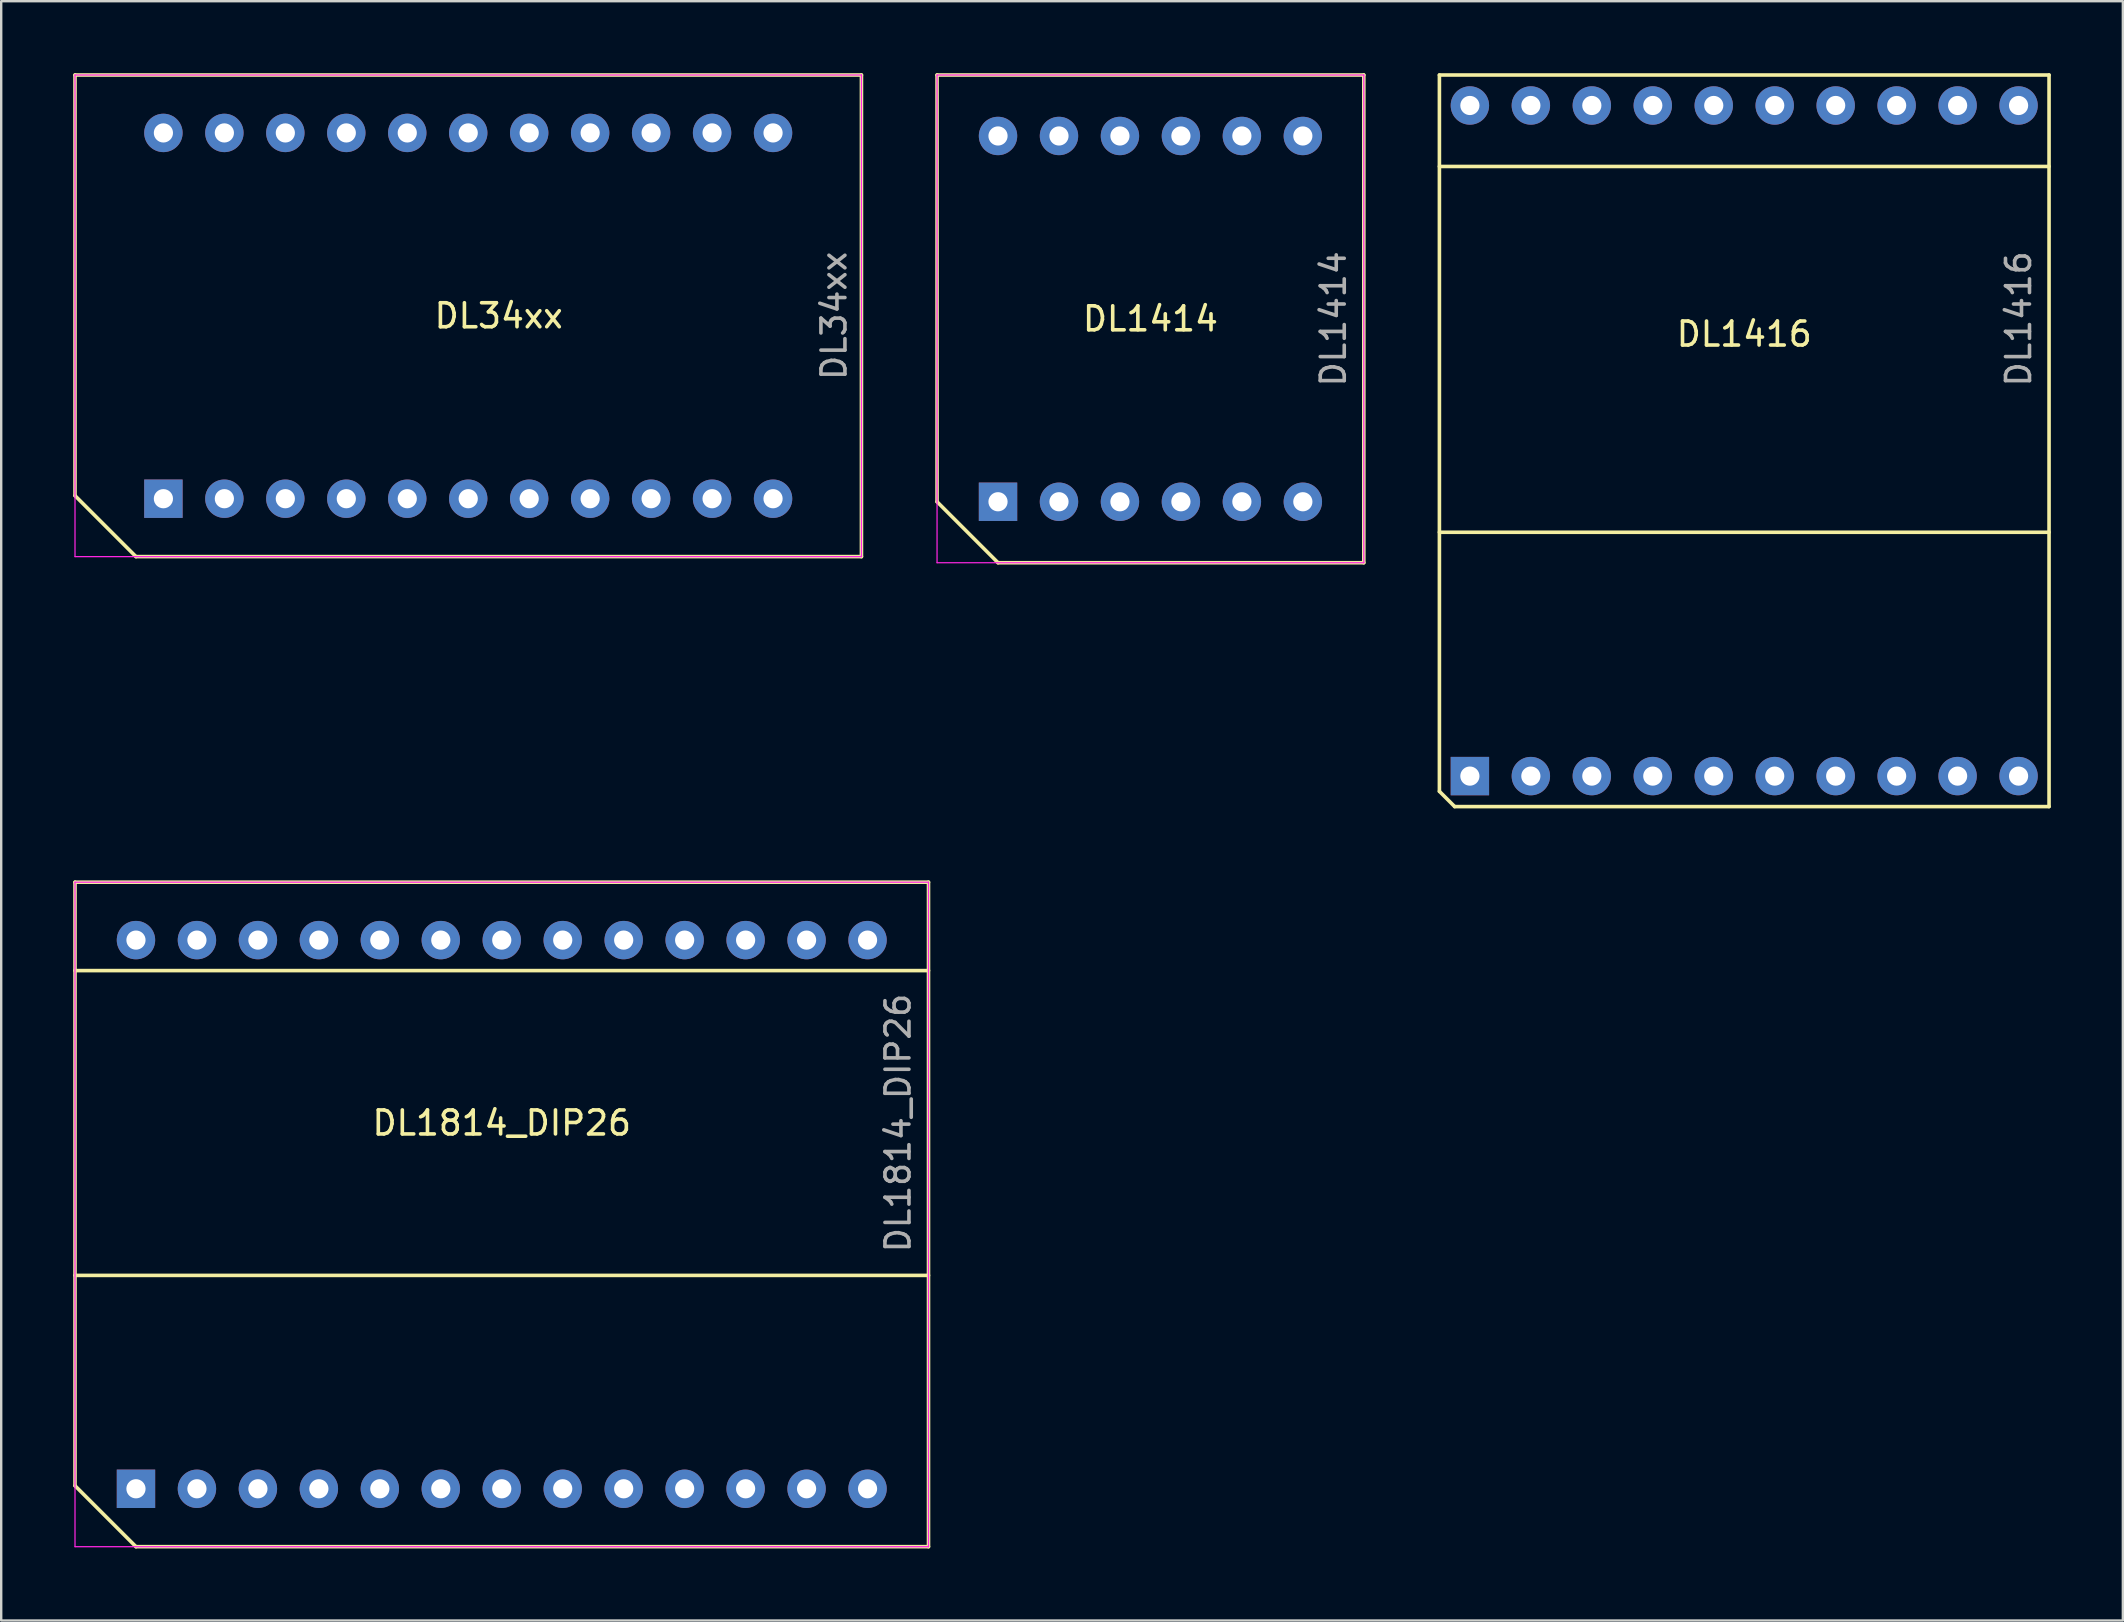
<source format=kicad_pcb>
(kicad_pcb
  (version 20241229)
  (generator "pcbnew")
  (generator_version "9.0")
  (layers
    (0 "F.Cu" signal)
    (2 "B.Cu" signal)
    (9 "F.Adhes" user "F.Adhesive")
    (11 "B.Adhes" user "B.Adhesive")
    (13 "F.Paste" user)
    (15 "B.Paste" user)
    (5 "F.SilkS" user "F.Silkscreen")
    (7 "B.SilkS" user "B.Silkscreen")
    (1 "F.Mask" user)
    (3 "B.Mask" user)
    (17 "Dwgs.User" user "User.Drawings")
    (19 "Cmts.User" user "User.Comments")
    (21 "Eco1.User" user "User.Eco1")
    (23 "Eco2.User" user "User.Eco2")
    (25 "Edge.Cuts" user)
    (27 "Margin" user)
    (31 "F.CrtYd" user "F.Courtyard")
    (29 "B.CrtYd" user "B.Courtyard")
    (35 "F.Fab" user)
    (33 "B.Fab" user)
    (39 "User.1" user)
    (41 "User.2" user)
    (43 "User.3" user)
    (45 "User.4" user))
  (footprint "DL1414"
    (layer "F.Cu")
    (at 38.531 17.855)
    (property "Reference" "DL1414" (at 6.35 -7.62 180) (layer "F.SilkS") (effects (font (size 1 1) (thickness 0.15))))
    (attr through_hole)
    (fp_line (start -2.54 -17.78) (end -2.54 0) (stroke (width 0.15) (type solid)) (layer "F.SilkS"))
    (fp_line (start -2.54 0) (end 0 2.54) (stroke (width 0.15) (type solid)) (layer "F.SilkS"))
    (fp_line (start 0 2.54) (end 15.24 2.54) (stroke (width 0.15) (type solid)) (layer "F.SilkS"))
    (fp_line (start 15.24 -17.78) (end -2.54 -17.78) (stroke (width 0.15) (type solid)) (layer "F.SilkS"))
    (fp_line (start 15.24 2.54) (end 15.24 -17.78) (stroke (width 0.15) (type solid)) (layer "F.SilkS"))
    (fp_line (start -2.54 -17.78) (end 15.24 -17.78) (stroke (width 0.051) (type solid)) (layer "F.CrtYd"))
    (fp_line (start -2.54 2.54) (end -2.54 -17.78) (stroke (width 0.051) (type solid)) (layer "F.CrtYd"))
    (fp_line (start -2.54 2.54) (end 15.24 2.54) (stroke (width 0.051) (type solid)) (layer "F.CrtYd"))
    (fp_line (start 15.24 2.54) (end 15.24 -17.78) (stroke (width 0.051) (type solid)) (layer "F.CrtYd"))
    (fp_text user "${REFERENCE}" (at 13.97 -7.62 90) (layer "F.Fab") (effects (font (size 1 1) (thickness 0.15))))
    (pad "1" thru_hole rect (at 0 0 90) (size 1.6 1.6) (drill 0.8) (layers "*.Cu" "*.Mask"))
    (pad "2" thru_hole oval (at 2.54 0 90) (size 1.6 1.6) (drill 0.8) (layers "*.Cu" "*.Mask"))
    (pad "3" thru_hole oval (at 5.08 0 90) (size 1.6 1.6) (drill 0.8) (layers "*.Cu" "*.Mask"))
    (pad "4" thru_hole oval (at 7.62 0 90) (size 1.6 1.6) (drill 0.8) (layers "*.Cu" "*.Mask"))
    (pad "5" thru_hole oval (at 10.16 0 90) (size 1.6 1.6) (drill 0.8) (layers "*.Cu" "*.Mask"))
    (pad "6" thru_hole oval (at 12.7 0 90) (size 1.6 1.6) (drill 0.8) (layers "*.Cu" "*.Mask"))
    (pad "7" thru_hole oval (at 12.7 -15.24 90) (size 1.6 1.6) (drill 0.8) (layers "*.Cu" "*.Mask"))
    (pad "8" thru_hole oval (at 10.16 -15.24 90) (size 1.6 1.6) (drill 0.8) (layers "*.Cu" "*.Mask"))
    (pad "9" thru_hole oval (at 7.62 -15.24 90) (size 1.6 1.6) (drill 0.8) (layers "*.Cu" "*.Mask"))
    (pad "10" thru_hole oval (at 5.08 -15.24 90) (size 1.6 1.6) (drill 0.8) (layers "*.Cu" "*.Mask"))
    (pad "11" thru_hole oval (at 2.54 -15.24 90) (size 1.6 1.6) (drill 0.8) (layers "*.Cu" "*.Mask"))
    (pad "12" thru_hole oval (at 0 -15.24 90) (size 1.6 1.6) (drill 0.8) (layers "*.Cu" "*.Mask")))
  (footprint "DL34xx"
    (layer "F.Cu")
    (at 3.758 17.728)
    (property "Reference" "DL34xx" (at 13.97 -7.62 180) (layer "F.SilkS") (effects (font (size 1 1) (thickness 0.15))))
    (attr through_hole)
    (fp_line (start -3.683 -17.653) (end -3.683 -0.127) (stroke (width 0.15) (type solid)) (layer "F.SilkS"))
    (fp_line (start -3.683 -17.653) (end 29.083 -17.653) (stroke (width 0.15) (type solid)) (layer "F.SilkS"))
    (fp_line (start -3.683 -0.127) (end -1.143 2.413) (stroke (width 0.15) (type solid)) (layer "F.SilkS"))
    (fp_line (start -1.143 2.413) (end 29.083 2.413) (stroke (width 0.15) (type solid)) (layer "F.SilkS"))
    (fp_line (start 29.083 -17.653) (end 29.083 2.413) (stroke (width 0.15) (type solid)) (layer "F.SilkS"))
    (fp_line (start -3.683 -17.653) (end -3.683 2.413) (stroke (width 0.051) (type solid)) (layer "F.CrtYd"))
    (fp_line (start -3.683 -17.653) (end 29.083 -17.653) (stroke (width 0.051) (type solid)) (layer "F.CrtYd"))
    (fp_line (start -3.683 2.413) (end 29.083 2.413) (stroke (width 0.051) (type solid)) (layer "F.CrtYd"))
    (fp_line (start 29.083 -17.653) (end 29.083 2.413) (stroke (width 0.051) (type solid)) (layer "F.CrtYd"))
    (fp_text user "${REFERENCE}" (at 27.94 -7.62 90) (layer "F.Fab") (effects (font (size 1 1) (thickness 0.15))))
    (pad "1" thru_hole rect (at 0 0 90) (size 1.6 1.6) (drill 0.8) (layers "*.Cu" "*.Mask"))
    (pad "2" thru_hole oval (at 2.54 0 90) (size 1.6 1.6) (drill 0.8) (layers "*.Cu" "*.Mask"))
    (pad "3" thru_hole oval (at 5.08 0 90) (size 1.6 1.6) (drill 0.8) (layers "*.Cu" "*.Mask"))
    (pad "4" thru_hole oval (at 7.62 0 90) (size 1.6 1.6) (drill 0.8) (layers "*.Cu" "*.Mask"))
    (pad "5" thru_hole oval (at 10.16 0 90) (size 1.6 1.6) (drill 0.8) (layers "*.Cu" "*.Mask"))
    (pad "6" thru_hole oval (at 12.7 0 90) (size 1.6 1.6) (drill 0.8) (layers "*.Cu" "*.Mask"))
    (pad "7" thru_hole oval (at 15.24 0 90) (size 1.6 1.6) (drill 0.8) (layers "*.Cu" "*.Mask"))
    (pad "8" thru_hole oval (at 17.78 0 90) (size 1.6 1.6) (drill 0.8) (layers "*.Cu" "*.Mask"))
    (pad "9" thru_hole oval (at 20.32 0 90) (size 1.6 1.6) (drill 0.8) (layers "*.Cu" "*.Mask"))
    (pad "10" thru_hole oval (at 22.86 0 90) (size 1.6 1.6) (drill 0.8) (layers "*.Cu" "*.Mask"))
    (pad "11" thru_hole oval (at 25.4 0 90) (size 1.6 1.6) (drill 0.8) (layers "*.Cu" "*.Mask"))
    (pad "12" thru_hole oval (at 25.4 -15.24 90) (size 1.6 1.6) (drill 0.8) (layers "*.Cu" "*.Mask"))
    (pad "13" thru_hole oval (at 22.86 -15.24 90) (size 1.6 1.6) (drill 0.8) (layers "*.Cu" "*.Mask"))
    (pad "14" thru_hole oval (at 20.32 -15.24 90) (size 1.6 1.6) (drill 0.8) (layers "*.Cu" "*.Mask"))
    (pad "15" thru_hole oval (at 17.78 -15.24 90) (size 1.6 1.6) (drill 0.8) (layers "*.Cu" "*.Mask"))
    (pad "16" thru_hole oval (at 15.24 -15.24 90) (size 1.6 1.6) (drill 0.8) (layers "*.Cu" "*.Mask"))
    (pad "17" thru_hole oval (at 12.7 -15.24 90) (size 1.6 1.6) (drill 0.8) (layers "*.Cu" "*.Mask"))
    (pad "18" thru_hole oval (at 10.16 -15.24 90) (size 1.6 1.6) (drill 0.8) (layers "*.Cu" "*.Mask"))
    (pad "19" thru_hole oval (at 7.62 -15.24 90) (size 1.6 1.6) (drill 0.8) (layers "*.Cu" "*.Mask"))
    (pad "20" thru_hole oval (at 5.08 -15.24 90) (size 1.6 1.6) (drill 0.8) (layers "*.Cu" "*.Mask"))
    (pad "21" thru_hole oval (at 2.54 -15.24 90) (size 1.6 1.6) (drill 0.8) (layers "*.Cu" "*.Mask"))
    (pad "22" thru_hole oval (at 0 -15.24 90) (size 1.6 1.6) (drill 0.8) (layers "*.Cu" "*.Mask")))
  (footprint "DL1814_DIP26"
    (layer "F.Cu")
    (at 2.615 58.978)
    (property "Reference" "DL1814_DIP26" (at 15.24 -15.24 180) (layer "F.SilkS") (effects (font (size 1 1) (thickness 0.15))))
    (attr through_hole)
    (fp_line (start -2.54 -25.273) (end -2.54 -0.127) (stroke (width 0.15) (type solid)) (layer "F.SilkS"))
    (fp_line (start -2.54 -25.273) (end 33.02 -25.273) (stroke (width 0.15) (type solid)) (layer "F.SilkS"))
    (fp_line (start -2.54 -21.59) (end 33.02 -21.59) (stroke (width 0.15) (type solid)) (layer "F.SilkS"))
    (fp_line (start -2.54 -8.89) (end 33.02 -8.89) (stroke (width 0.15) (type solid)) (layer "F.SilkS"))
    (fp_line (start 0 2.413) (end -2.54 -0.127) (stroke (width 0.15) (type solid)) (layer "F.SilkS"))
    (fp_line (start 0 2.413) (end 33.02 2.413) (stroke (width 0.15) (type solid)) (layer "F.SilkS"))
    (fp_line (start 33.02 -25.273) (end 33.02 2.413) (stroke (width 0.15) (type solid)) (layer "F.SilkS"))
    (fp_line (start -2.54 -25.273) (end -2.54 2.413) (stroke (width 0.051) (type solid)) (layer "F.CrtYd"))
    (fp_line (start -2.54 -25.273) (end 33.02 -25.273) (stroke (width 0.051) (type solid)) (layer "F.CrtYd"))
    (fp_line (start -2.54 2.413) (end 33.02 2.413) (stroke (width 0.051) (type solid)) (layer "F.CrtYd"))
    (fp_line (start 33.02 -25.273) (end 33.02 2.413) (stroke (width 0.051) (type solid)) (layer "F.CrtYd"))
    (fp_text user "${REFERENCE}" (at 31.75 -15.24 90) (layer "F.Fab") (effects (font (size 1 1) (thickness 0.15))))
    (pad "1" thru_hole rect (at 0 0 90) (size 1.6 1.6) (drill 0.8) (layers "*.Cu" "*.Mask"))
    (pad "2" thru_hole oval (at 2.54 0 90) (size 1.6 1.6) (drill 0.8) (layers "*.Cu" "*.Mask"))
    (pad "3" thru_hole oval (at 5.08 0 90) (size 1.6 1.6) (drill 0.8) (layers "*.Cu" "*.Mask"))
    (pad "4" thru_hole oval (at 7.62 0 90) (size 1.6 1.6) (drill 0.8) (layers "*.Cu" "*.Mask"))
    (pad "5" thru_hole oval (at 10.16 0 90) (size 1.6 1.6) (drill 0.8) (layers "*.Cu" "*.Mask"))
    (pad "6" thru_hole oval (at 12.7 0 90) (size 1.6 1.6) (drill 0.8) (layers "*.Cu" "*.Mask"))
    (pad "7" thru_hole oval (at 15.24 0 90) (size 1.6 1.6) (drill 0.8) (layers "*.Cu" "*.Mask"))
    (pad "8" thru_hole oval (at 17.78 0 90) (size 1.6 1.6) (drill 0.8) (layers "*.Cu" "*.Mask"))
    (pad "9" thru_hole oval (at 20.32 0 90) (size 1.6 1.6) (drill 0.8) (layers "*.Cu" "*.Mask"))
    (pad "10" thru_hole oval (at 22.86 0 90) (size 1.6 1.6) (drill 0.8) (layers "*.Cu" "*.Mask"))
    (pad "11" thru_hole oval (at 25.4 0 90) (size 1.6 1.6) (drill 0.8) (layers "*.Cu" "*.Mask"))
    (pad "12" thru_hole oval (at 27.94 0 90) (size 1.6 1.6) (drill 0.8) (layers "*.Cu" "*.Mask"))
    (pad "13" thru_hole oval (at 30.48 0 90) (size 1.6 1.6) (drill 0.8) (layers "*.Cu" "*.Mask"))
    (pad "14" thru_hole oval (at 30.48 -22.86 90) (size 1.6 1.6) (drill 0.8) (layers "*.Cu" "*.Mask"))
    (pad "15" thru_hole oval (at 27.94 -22.86 90) (size 1.6 1.6) (drill 0.8) (layers "*.Cu" "*.Mask"))
    (pad "16" thru_hole oval (at 25.4 -22.86 90) (size 1.6 1.6) (drill 0.8) (layers "*.Cu" "*.Mask"))
    (pad "17" thru_hole oval (at 22.86 -22.86 90) (size 1.6 1.6) (drill 0.8) (layers "*.Cu" "*.Mask"))
    (pad "18" thru_hole oval (at 20.32 -22.86 90) (size 1.6 1.6) (drill 0.8) (layers "*.Cu" "*.Mask"))
    (pad "19" thru_hole oval (at 17.78 -22.86 90) (size 1.6 1.6) (drill 0.8) (layers "*.Cu" "*.Mask"))
    (pad "20" thru_hole oval (at 15.24 -22.86 90) (size 1.6 1.6) (drill 0.8) (layers "*.Cu" "*.Mask"))
    (pad "21" thru_hole oval (at 12.7 -22.86 90) (size 1.6 1.6) (drill 0.8) (layers "*.Cu" "*.Mask"))
    (pad "22" thru_hole oval (at 10.16 -22.86 90) (size 1.6 1.6) (drill 0.8) (layers "*.Cu" "*.Mask"))
    (pad "23" thru_hole oval (at 7.62 -22.86 90) (size 1.6 1.6) (drill 0.8) (layers "*.Cu" "*.Mask"))
    (pad "24" thru_hole oval (at 5.08 -22.86 90) (size 1.6 1.6) (drill 0.8) (layers "*.Cu" "*.Mask"))
    (pad "25" thru_hole oval (at 2.54 -22.86 90) (size 1.6 1.6) (drill 0.8) (layers "*.Cu" "*.Mask"))
    (pad "26" thru_hole oval (at 0 -22.86 90) (size 1.6 1.6) (drill 0.8) (layers "*.Cu" "*.Mask")))
  (footprint "DL1416"
    (layer "F.Cu")
    (at 58.191 29.285)
    (property "Reference" "DL1416" (at 11.43 -18.415 180) (layer "F.SilkS") (effects (font (size 1 1) (thickness 0.15))))
    (attr through_hole)
    (fp_line (start -1.27 -29.21) (end -1.27 0.635) (stroke (width 0.15) (type solid)) (layer "F.SilkS"))
    (fp_line (start -1.27 -25.4) (end 24.13 -25.4) (stroke (width 0.15) (type solid)) (layer "F.SilkS"))
    (fp_line (start -1.27 0.635) (end -0.635 1.27) (stroke (width 0.15) (type solid)) (layer "F.SilkS"))
    (fp_line (start -0.635 1.27) (end 24.13 1.27) (stroke (width 0.15) (type solid)) (layer "F.SilkS"))
    (fp_line (start 24.13 -29.21) (end -1.27 -29.21) (stroke (width 0.15) (type solid)) (layer "F.SilkS"))
    (fp_line (start 24.13 -10.16) (end -1.27 -10.16) (stroke (width 0.15) (type solid)) (layer "F.SilkS"))
    (fp_line (start 24.13 1.27) (end 24.13 -29.21) (stroke (width 0.15) (type solid)) (layer "F.SilkS"))
    (fp_text user "${REFERENCE}" (at 22.86 -19.05 90) (layer "F.Fab") (effects (font (size 1 1) (thickness 0.15))))
    (pad "1" thru_hole rect (at 0 0 90) (size 1.6 1.6) (drill 0.8) (layers "*.Cu" "*.Mask"))
    (pad "2" thru_hole oval (at 2.54 0 90) (size 1.6 1.6) (drill 0.8) (layers "*.Cu" "*.Mask"))
    (pad "3" thru_hole oval (at 5.08 0 90) (size 1.6 1.6) (drill 0.8) (layers "*.Cu" "*.Mask"))
    (pad "4" thru_hole oval (at 7.62 0 90) (size 1.6 1.6) (drill 0.8) (layers "*.Cu" "*.Mask"))
    (pad "5" thru_hole oval (at 10.16 0 90) (size 1.6 1.6) (drill 0.8) (layers "*.Cu" "*.Mask"))
    (pad "6" thru_hole oval (at 12.7 0 90) (size 1.6 1.6) (drill 0.8) (layers "*.Cu" "*.Mask"))
    (pad "7" thru_hole oval (at 15.24 0 90) (size 1.6 1.6) (drill 0.8) (layers "*.Cu" "*.Mask"))
    (pad "8" thru_hole oval (at 17.78 0 90) (size 1.6 1.6) (drill 0.8) (layers "*.Cu" "*.Mask"))
    (pad "9" thru_hole oval (at 20.32 0 90) (size 1.6 1.6) (drill 0.8) (layers "*.Cu" "*.Mask"))
    (pad "10" thru_hole oval (at 22.86 0 90) (size 1.6 1.6) (drill 0.8) (layers "*.Cu" "*.Mask"))
    (pad "11" thru_hole oval (at 22.86 -27.94 90) (size 1.6 1.6) (drill 0.8) (layers "*.Cu" "*.Mask"))
    (pad "12" thru_hole oval (at 20.32 -27.94 90) (size 1.6 1.6) (drill 0.8) (layers "*.Cu" "*.Mask"))
    (pad "13" thru_hole oval (at 17.78 -27.94 90) (size 1.6 1.6) (drill 0.8) (layers "*.Cu" "*.Mask"))
    (pad "14" thru_hole oval (at 15.24 -27.94 90) (size 1.6 1.6) (drill 0.8) (layers "*.Cu" "*.Mask"))
    (pad "15" thru_hole oval (at 12.7 -27.94 90) (size 1.6 1.6) (drill 0.8) (layers "*.Cu" "*.Mask"))
    (pad "16" thru_hole oval (at 10.16 -27.94 90) (size 1.6 1.6) (drill 0.8) (layers "*.Cu" "*.Mask"))
    (pad "17" thru_hole oval (at 7.62 -27.94 90) (size 1.6 1.6) (drill 0.8) (layers "*.Cu" "*.Mask"))
    (pad "18" thru_hole oval (at 5.08 -27.94 90) (size 1.6 1.6) (drill 0.8) (layers "*.Cu" "*.Mask"))
    (pad "19" thru_hole oval (at 2.54 -27.94 90) (size 1.6 1.6) (drill 0.8) (layers "*.Cu" "*.Mask"))
    (pad "20" thru_hole oval (at 0 -27.94 90) (size 1.6 1.6) (drill 0.8) (layers "*.Cu" "*.Mask")))
  (gr_rect
    (start -3 -3)
    (end 85.396 64.466)
    (stroke (width 0.1) (type default))
    (fill no)
    (layer "Edge.Cuts")))
</source>
